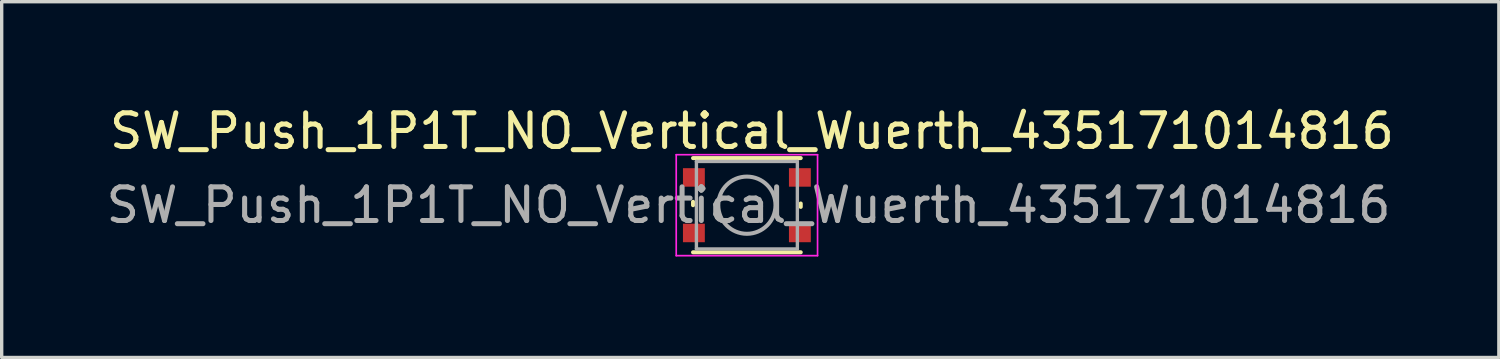
<source format=kicad_pcb>
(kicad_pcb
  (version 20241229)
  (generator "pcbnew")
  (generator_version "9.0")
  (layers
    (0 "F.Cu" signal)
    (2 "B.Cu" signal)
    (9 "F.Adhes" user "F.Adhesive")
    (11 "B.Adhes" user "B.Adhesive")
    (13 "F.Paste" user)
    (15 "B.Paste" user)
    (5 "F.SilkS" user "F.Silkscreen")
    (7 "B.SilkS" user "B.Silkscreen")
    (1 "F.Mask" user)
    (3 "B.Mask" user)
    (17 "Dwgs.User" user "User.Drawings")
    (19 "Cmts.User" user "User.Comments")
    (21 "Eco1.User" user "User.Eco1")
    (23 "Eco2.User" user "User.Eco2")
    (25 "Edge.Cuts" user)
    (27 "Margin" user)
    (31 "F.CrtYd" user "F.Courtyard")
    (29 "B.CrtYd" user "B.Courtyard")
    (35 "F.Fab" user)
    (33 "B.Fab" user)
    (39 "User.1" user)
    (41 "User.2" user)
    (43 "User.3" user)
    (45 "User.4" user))
  (footprint "SW_Push_1P1T_NO_Vertical_Wuerth_435171014816"
    (layer "F.Cu")
    (at 19.146 3.048)
    (property "Reference" "SW_Push_1P1T_NO_Vertical_Wuerth_435171014816" (at 0.15 -2.2 0) (layer "F.SilkS") (effects (font (size 1 1) (thickness 0.15))))
    (attr smd)
    (fp_line (start -1.6 0) (end -1.6 -0.1) (stroke (width 0.12) (type solid)) (layer "F.SilkS"))
    (fp_line (start -1.6 1.4) (end 1.6 1.4) (stroke (width 0.12) (type solid)) (layer "F.SilkS"))
    (fp_line (start 1.6 -1.4) (end -1.6 -1.4) (stroke (width 0.12) (type solid)) (layer "F.SilkS"))
    (fp_line (start 1.6 0.05) (end 1.6 -0.05) (stroke (width 0.12) (type solid)) (layer "F.SilkS"))
    (fp_line (start -2.1 -1.5) (end 2.1 -1.5) (stroke (width 0.05) (type solid)) (layer "F.CrtYd"))
    (fp_line (start -2.1 1.5) (end -2.1 -1.5) (stroke (width 0.05) (type solid)) (layer "F.CrtYd"))
    (fp_line (start 2.1 -1.5) (end 2.1 1.5) (stroke (width 0.05) (type solid)) (layer "F.CrtYd"))
    (fp_line (start 2.1 1.5) (end -2.1 1.5) (stroke (width 0.05) (type solid)) (layer "F.CrtYd"))
    (fp_line (start -1.5 -1.3) (end -1.5 1.3) (stroke (width 0.1) (type solid)) (layer "F.Fab"))
    (fp_line (start -1.5 -1.3) (end 1.5 -1.3) (stroke (width 0.1) (type solid)) (layer "F.Fab"))
    (fp_line (start 1.5 -1.3) (end 1.5 1.3) (stroke (width 0.1) (type solid)) (layer "F.Fab"))
    (fp_line (start 1.5 1.3) (end -1.5 1.3) (stroke (width 0.1) (type solid)) (layer "F.Fab"))
    (fp_circle (center 0 0) (end 0.85 0) (stroke (width 0.12) (type solid)) (fill no) (layer "F.Fab"))
    (fp_text user "${REFERENCE}" (at 0.05 0 0) (layer "F.Fab") (effects (font (size 1 1) (thickness 0.15))))
    (pad "1" smd rect (at -1.575 -0.825) (size 0.65 0.55) (layers "F.Cu" "F.Mask" "F.Paste"))
    (pad "1" smd rect (at 1.575 -0.825) (size 0.65 0.55) (layers "F.Cu" "F.Mask" "F.Paste"))
    (pad "2" smd rect (at -1.575 0.825) (size 0.65 0.55) (layers "F.Cu" "F.Mask" "F.Paste"))
    (pad "2" smd rect (at 1.575 0.825) (size 0.65 0.55) (layers "F.Cu" "F.Mask" "F.Paste")))
  (gr_rect
    (start -3 -3)
    (end 41.493 7.573)
    (stroke (width 0.1) (type default))
    (fill no)
    (layer "Edge.Cuts")))
</source>
